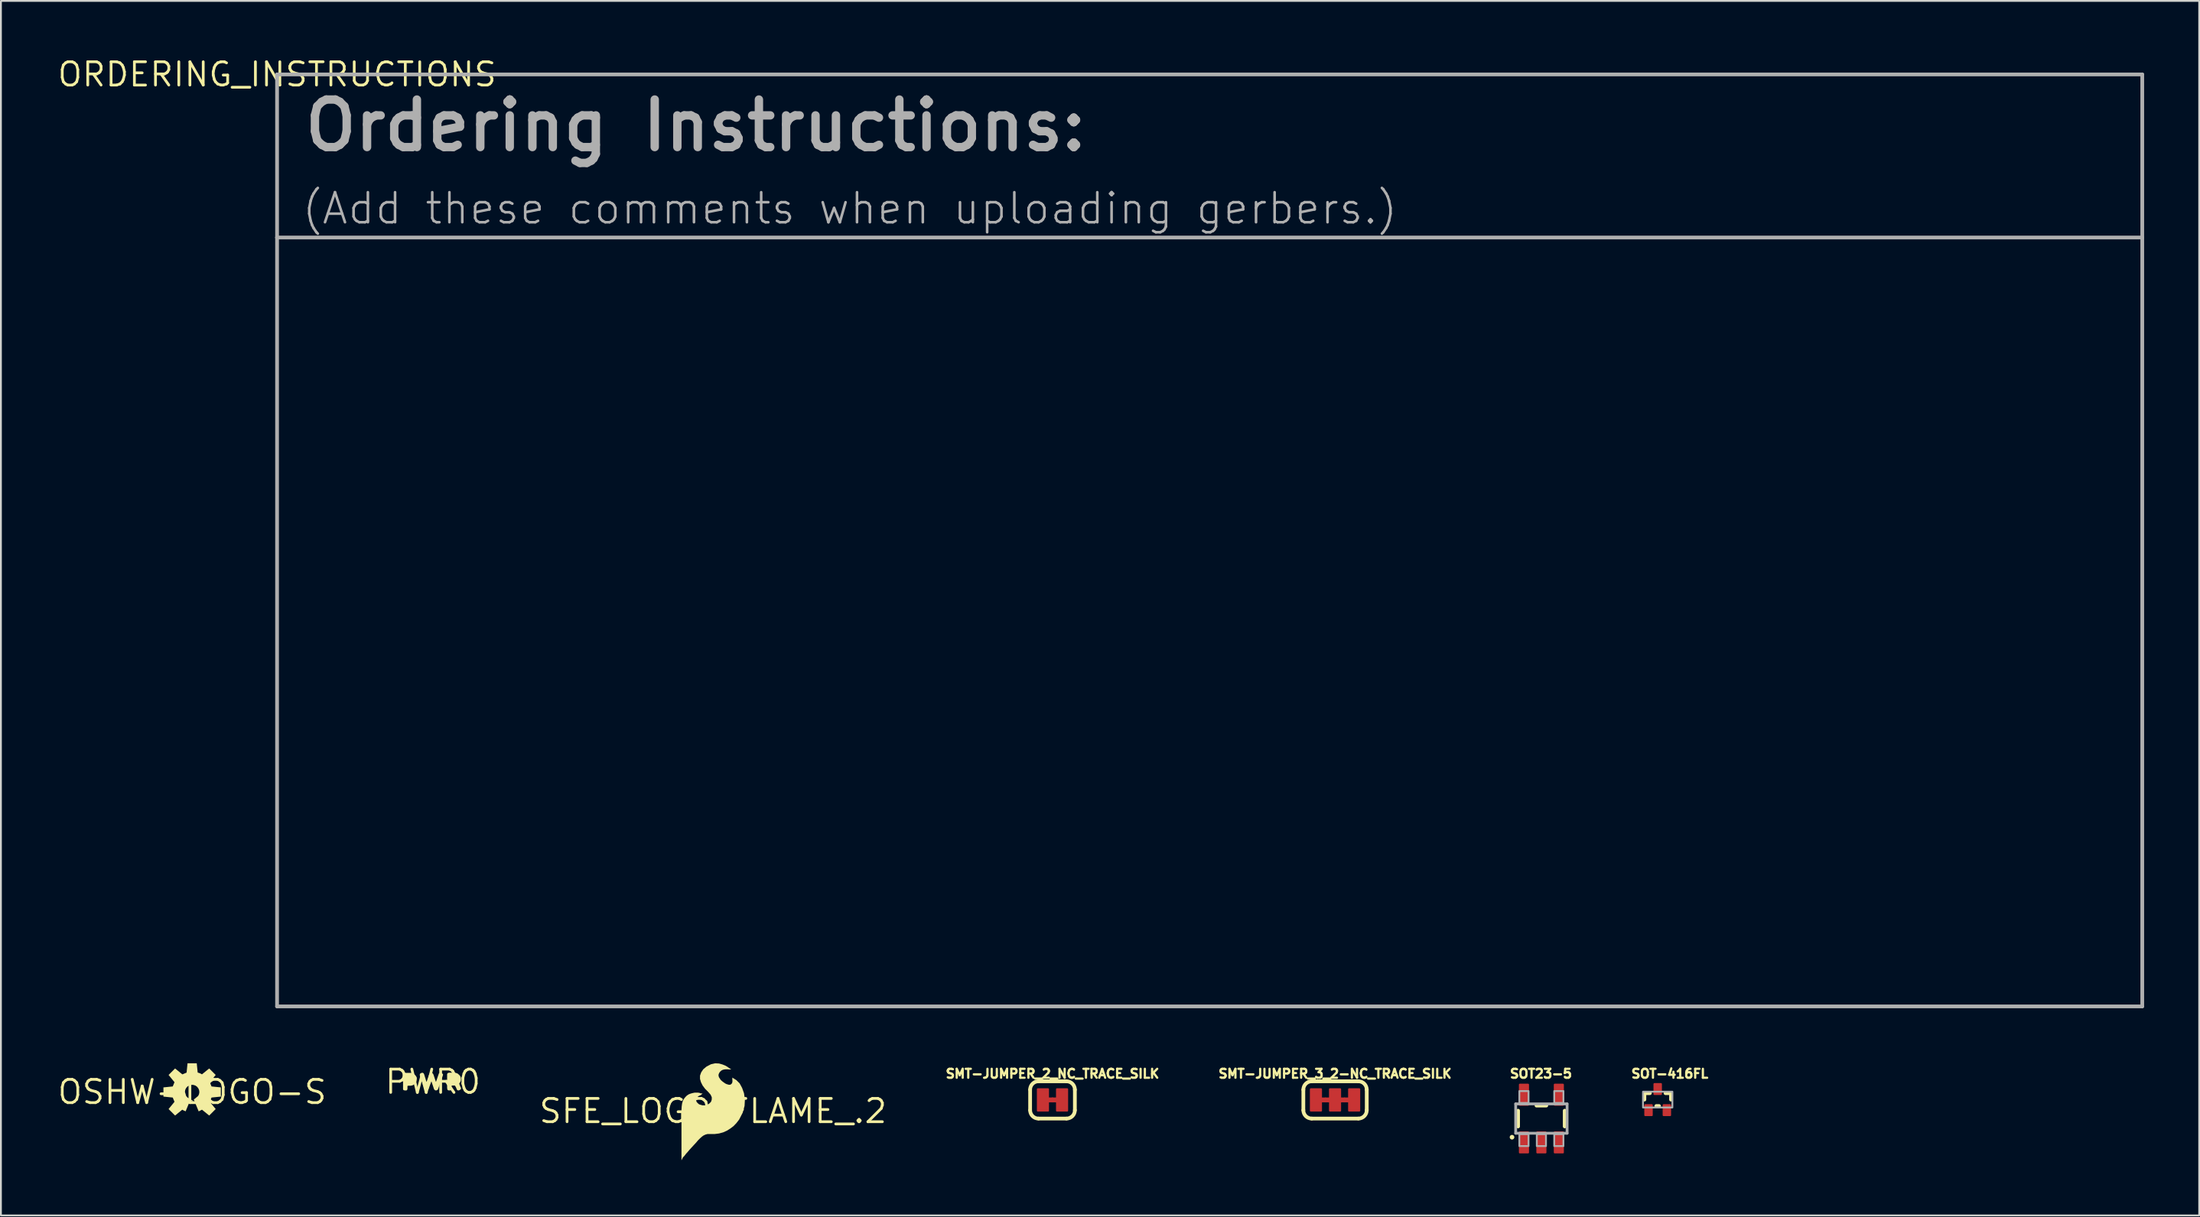
<source format=kicad_pcb>
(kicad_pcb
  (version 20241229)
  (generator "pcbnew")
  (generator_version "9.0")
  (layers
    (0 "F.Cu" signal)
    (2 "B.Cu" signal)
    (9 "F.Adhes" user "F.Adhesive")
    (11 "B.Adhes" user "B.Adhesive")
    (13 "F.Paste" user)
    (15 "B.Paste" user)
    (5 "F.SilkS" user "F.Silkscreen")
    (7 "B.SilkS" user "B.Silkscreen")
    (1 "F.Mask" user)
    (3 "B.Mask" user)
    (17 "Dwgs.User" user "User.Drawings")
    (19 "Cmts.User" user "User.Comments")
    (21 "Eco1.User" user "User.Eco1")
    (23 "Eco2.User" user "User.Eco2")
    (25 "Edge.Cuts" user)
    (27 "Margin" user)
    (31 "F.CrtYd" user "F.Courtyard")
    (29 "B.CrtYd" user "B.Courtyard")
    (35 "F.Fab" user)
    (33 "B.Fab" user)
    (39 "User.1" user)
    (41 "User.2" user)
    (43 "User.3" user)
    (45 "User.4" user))
  (footprint "SMT-JUMPER_2_NC_TRACE_SILK"
    (layer "F.Cu")
    (at 54.281 56.904)
    (property "Reference" "SMT-JUMPER_2_NC_TRACE_SILK" (at 0 -1.143 0) (unlocked yes) (layer "F.SilkS") (effects (font (size 0.488 0.488) (thickness 0.122)) (justify bottom)))
    (fp_poly (pts (xy 0.032 0.133) (xy -0.705 0.133) (xy -0.705 -0.133) (xy 0.032 -0.133)) (stroke (width 0) (type default)) (fill yes) (layer "F.Cu"))
    (fp_poly (pts (xy 0.705 0.133) (xy -0.032 0.133) (xy -0.032 -0.133) (xy 0.705 -0.133)) (stroke (width 0) (type default)) (fill yes) (layer "F.Cu"))
    (fp_poly (pts (xy 0.254 0.191) (xy -0.254 0.191) (xy -0.254 -0.191) (xy 0.254 -0.191)) (stroke (width 0) (type default)) (fill yes) (layer "F.Mask"))
    (fp_line (start -1.219 0.559) (end -1.219 -0.559) (stroke (width 0.203) (type solid)) (layer "F.SilkS"))
    (fp_line (start -0.762 -1.016) (end 0.762 -1.016) (stroke (width 0.203) (type solid)) (layer "F.SilkS"))
    (fp_line (start 0.762 1.016) (end -0.762 1.016) (stroke (width 0.203) (type solid)) (layer "F.SilkS"))
    (fp_line (start 1.219 0.559) (end 1.219 -0.559) (stroke (width 0.203) (type solid)) (layer "F.SilkS"))
    (fp_arc (start -1.2192 -0.5588) (mid -1.085289 -0.882089) (end -0.762 -1.016) (stroke (width 0.2032) (type solid)) (layer "F.SilkS"))
    (fp_arc (start -0.762 1.016) (mid -1.085289 0.882089) (end -1.2192 0.5588) (stroke (width 0.2032) (type solid)) (layer "F.SilkS"))
    (fp_arc (start 0.762 -1.016) (mid 1.085289 -0.882089) (end 1.2192 -0.5588) (stroke (width 0.2032) (type solid)) (layer "F.SilkS"))
    (fp_arc (start 1.2192 0.5588) (mid 1.085289 0.882089) (end 0.762 1.016) (stroke (width 0.2032) (type solid)) (layer "F.SilkS"))
    (pad "1" smd roundrect (at -0.521 0) (size 0.66 1.27) (layers "F.Cu" "F.Mask") (roundrect_rratio 0.077))
    (pad "2" smd roundrect (at 0.521 0) (size 0.66 1.27) (layers "F.Cu" "F.Mask") (roundrect_rratio 0.077)))
  (footprint "SMT-JUMPER_3_2-NC_TRACE_SILK"
    (layer "F.Cu")
    (at 69.672 56.904)
    (property "Reference" "SMT-JUMPER_3_2-NC_TRACE_SILK" (at 0 -1.143 0) (unlocked yes) (layer "F.SilkS") (effects (font (size 0.488 0.488) (thickness 0.122)) (justify bottom)))
    (fp_poly (pts (xy -0.502 0.133) (xy -1.238 0.133) (xy -1.238 -0.133) (xy -0.502 -0.133)) (stroke (width 0) (type default)) (fill yes) (layer "F.Cu"))
    (fp_poly (pts (xy 0.54 0.133) (xy -0.54 0.133) (xy -0.54 -0.133) (xy 0.54 -0.133)) (stroke (width 0) (type default)) (fill yes) (layer "F.Cu"))
    (fp_poly (pts (xy 1.238 0.133) (xy 0.502 0.133) (xy 0.502 -0.133) (xy 1.238 -0.133)) (stroke (width 0) (type default)) (fill yes) (layer "F.Cu"))
    (fp_poly (pts (xy -0.254 0.191) (xy -0.762 0.191) (xy -0.762 -0.191) (xy -0.254 -0.191)) (stroke (width 0) (type default)) (fill yes) (layer "F.Mask"))
    (fp_poly (pts (xy 0.762 0.191) (xy 0.254 0.191) (xy 0.254 -0.191) (xy 0.762 -0.191)) (stroke (width 0) (type default)) (fill yes) (layer "F.Mask"))
    (fp_line (start -1.727 0.559) (end -1.727 -0.559) (stroke (width 0.203) (type solid)) (layer "F.SilkS"))
    (fp_line (start -1.27 -1.016) (end 1.27 -1.016) (stroke (width 0.203) (type solid)) (layer "F.SilkS"))
    (fp_line (start 1.27 1.016) (end -1.27 1.016) (stroke (width 0.203) (type solid)) (layer "F.SilkS"))
    (fp_line (start 1.727 0.559) (end 1.727 -0.559) (stroke (width 0.203) (type solid)) (layer "F.SilkS"))
    (fp_arc (start -1.7272 -0.5588) (mid -1.593289 -0.882089) (end -1.27 -1.016) (stroke (width 0.2032) (type solid)) (layer "F.SilkS"))
    (fp_arc (start -1.27 1.016) (mid -1.593289 0.882089) (end -1.7272 0.5588) (stroke (width 0.2032) (type solid)) (layer "F.SilkS"))
    (fp_arc (start 1.27 -1.016) (mid 1.593289 -0.882089) (end 1.7272 -0.5588) (stroke (width 0.2032) (type solid)) (layer "F.SilkS"))
    (fp_arc (start 1.7272 0.5588) (mid 1.593289 0.882089) (end 1.27 1.016) (stroke (width 0.2032) (type solid)) (layer "F.SilkS"))
    (pad "1" smd roundrect (at -1.041 0) (size 0.66 1.27) (layers "F.Cu" "F.Mask") (roundrect_rratio 0.077))
    (pad "2" smd roundrect (at 0 0) (size 0.66 1.27) (layers "F.Cu" "F.Mask") (roundrect_rratio 0.077))
    (pad "3" smd roundrect (at 1.041 0) (size 0.66 1.27) (layers "F.Cu" "F.Mask") (roundrect_rratio 0.077)))
  (footprint "OSHW-LOGO-S"
    (layer "F.Cu")
    (at 7.416 56.472)
    (property "Reference" "OSHW-LOGO-S" (at 0 0 0) (layer "F.SilkS") (effects (font (size 1.27 1.27) (thickness 0.15))))
    (fp_poly (pts (xy 0.302 -1.061) (xy 0.423 -1.022) (xy 0.537 -0.964) (xy 0.929 -1.283) (xy 1.283 -0.929) (xy 0.961 -0.534) (xy 1.057 -0.302) (xy 1.564 -0.251) (xy 1.564 0.251) (xy 1.057 0.302) (xy 0.961 0.534) (xy 1.283 0.929) (xy 0.929 1.283) (xy 0.537 0.964) (xy 0.357 1.057) (xy 0.089 0.41) (xy 0.326 0.218) (xy 0.374 0.121) (xy 0.393 0.01) (xy 0.379 -0.102) (xy 0.335 -0.205) (xy 0.263 -0.292) (xy 0.169 -0.355) (xy 0.061 -0.388) (xy -0.051 -0.389) (xy -0.16 -0.359) (xy -0.255 -0.299) (xy -0.33 -0.214) (xy -0.377 -0.112) (xy -0.392 -0.006) (xy -0.323 0.223) (xy -0.249 0.304) (xy 0.092 0.508) (xy -0.129 0.508) (xy -0.355 1.054) (xy -0.507 0.984) (xy -0.539 0.965) (xy -0.929 1.283) (xy -1.283 0.929) (xy -0.961 0.534) (xy -1.057 0.302) (xy -1.564 0.251) (xy -1.564 -0.251) (xy -1.057 -0.302) (xy -0.961 -0.534) (xy -1.283 -0.929) (xy -0.929 -1.283) (xy -0.534 -0.961) (xy -0.302 -1.057) (xy -0.251 -1.564) (xy 0.251 -1.564)) (stroke (width 0) (type default)) (fill yes) (layer "F.SilkS")))
  (footprint "ORDERING_INSTRUCTIONS"
    (layer "F.Cu")
    (at 12.042 1.006)
    (property "Reference" "ORDERING_INSTRUCTIONS" (at 0 0 0) (layer "F.SilkS") (effects (font (size 1.27 1.27) (thickness 0.15))))
    (fp_line (start 0 0) (end 101.6 0) (stroke (width 0.203) (type solid)) (layer "F.Fab"))
    (fp_line (start 0 8.89) (end 0 0) (stroke (width 0.203) (type solid)) (layer "F.Fab"))
    (fp_line (start 0 8.89) (end 101.6 8.89) (stroke (width 0.203) (type solid)) (layer "F.Fab"))
    (fp_line (start 0 50.8) (end 0 8.89) (stroke (width 0.203) (type solid)) (layer "F.Fab"))
    (fp_line (start 101.6 0) (end 101.6 8.89) (stroke (width 0.203) (type solid)) (layer "F.Fab"))
    (fp_line (start 101.6 8.89) (end 101.6 50.8) (stroke (width 0.203) (type solid)) (layer "F.Fab"))
    (fp_line (start 101.6 50.8) (end 0 50.8) (stroke (width 0.203) (type solid)) (layer "F.Fab"))
    (fp_text user "Ordering Instructions:" (at 1.27 1.27 0) (unlocked yes) (layer "F.Fab") (effects (font (size 2.591 2.591) (thickness 0.457)) (justify left top)))
    (fp_text user "(Add these comments when uploading gerbers.)" (at 1.27 6.35 0) (unlocked yes) (layer "F.Fab") (effects (font (size 1.636 1.636) (thickness 0.142)) (justify left top))))
  (footprint "SOT23-5"
    (layer "F.Cu")
    (at 80.912 57.92)
    (property "Reference" "SOT23-5" (at -1.778 -2.159 0) (unlocked yes) (layer "F.SilkS") (effects (font (size 0.488 0.488) (thickness 0.122)) (justify left bottom)))
    (fp_line (start -1.27 0.429) (end -1.27 -0.429) (stroke (width 0.203) (type solid)) (layer "F.SilkS"))
    (fp_line (start -0.268 -0.709) (end 0.268 -0.709) (stroke (width 0.203) (type solid)) (layer "F.SilkS"))
    (fp_line (start 1.27 -0.429) (end 1.27 0.429) (stroke (width 0.203) (type solid)) (layer "F.SilkS"))
    (fp_circle (center -1.6 1.016) (end -1.537 1.016) (stroke (width 0.127) (type solid)) (fill yes) (layer "F.SilkS"))
    (fp_line (start -1.4 -0.8) (end -1.4 0.8) (stroke (width 0.152) (type solid)) (layer "F.Fab"))
    (fp_line (start -1.4 -0.8) (end 1.4 -0.8) (stroke (width 0.152) (type solid)) (layer "F.Fab"))
    (fp_line (start 1.4 -0.8) (end 1.4 0.8) (stroke (width 0.152) (type solid)) (layer "F.Fab"))
    (fp_line (start 1.4 0.8) (end -1.4 0.8) (stroke (width 0.152) (type solid)) (layer "F.Fab"))
    (fp_poly (pts (xy -1.2 -0.85) (xy -0.7 -0.85) (xy -0.7 -1.5) (xy -1.2 -1.5)) (stroke (width 0.1) (type default)) (fill no) (layer "F.Fab"))
    (fp_poly (pts (xy -1.2 1.5) (xy -0.7 1.5) (xy -0.7 0.85) (xy -1.2 0.85)) (stroke (width 0.1) (type default)) (fill no) (layer "F.Fab"))
    (fp_poly (pts (xy -0.25 1.5) (xy 0.25 1.5) (xy 0.25 0.85) (xy -0.25 0.85)) (stroke (width 0.1) (type default)) (fill no) (layer "F.Fab"))
    (fp_poly (pts (xy 0.7 -0.85) (xy 1.2 -0.85) (xy 1.2 -1.5) (xy 0.7 -1.5)) (stroke (width 0.1) (type default)) (fill no) (layer "F.Fab"))
    (fp_poly (pts (xy 0.7 1.5) (xy 1.2 1.5) (xy 1.2 0.85) (xy 0.7 0.85)) (stroke (width 0.1) (type default)) (fill no) (layer "F.Fab"))
    (pad "1" smd roundrect (at -0.95 1.3) (size 0.55 1.2) (layers "F.Cu" "F.Mask" "F.Paste") (roundrect_rratio 0.092))
    (pad "2" smd roundrect (at 0 1.3) (size 0.55 1.2) (layers "F.Cu" "F.Mask" "F.Paste") (roundrect_rratio 0.092))
    (pad "3" smd roundrect (at 0.95 1.3) (size 0.55 1.2) (layers "F.Cu" "F.Mask" "F.Paste") (roundrect_rratio 0.092))
    (pad "4" smd roundrect (at 0.95 -1.3) (size 0.55 1.2) (layers "F.Cu" "F.Mask" "F.Paste") (roundrect_rratio 0.092))
    (pad "5" smd roundrect (at -0.95 -1.3) (size 0.55 1.2) (layers "F.Cu" "F.Mask" "F.Paste") (roundrect_rratio 0.092)))
  (footprint "SFE_LOGO_FLAME_.2"
    (layer "F.Cu")
    (at 35.791 57.512)
    (property "Reference" "SFE_LOGO_FLAME_.2" (at 0 0 0) (layer "F.SilkS") (effects (font (size 1.27 1.27) (thickness 0.15))))
    (fp_poly (pts (xy 0.324 -2.594) (xy 0.51 -2.542) (xy 0.665 -2.48) (xy 0.789 -2.408) (xy 0.86 -2.357) (xy 0.994 -2.268) (xy 0.853 -2.268) (xy 0.813 -2.278) (xy 0.69 -2.278) (xy 0.605 -2.268) (xy 0.531 -2.25) (xy 0.459 -2.214) (xy 0.386 -2.15) (xy 0.35 -2.105) (xy 0.323 -2.05) (xy 0.305 -2.006) (xy 0.297 -1.956) (xy 0.305 -1.904) (xy 0.323 -1.842) (xy 0.36 -1.787) (xy 0.408 -1.71) (xy 0.454 -1.664) (xy 0.522 -1.606) (xy 0.658 -1.509) (xy 0.732 -1.472) (xy 0.863 -1.434) (xy 0.92 -1.434) (xy 0.976 -1.458) (xy 1.018 -1.5) (xy 1.042 -1.539) (xy 1.059 -1.645) (xy 1.05 -1.692) (xy 1.05 -1.825) (xy 1.272 -1.686) (xy 1.449 -1.509) (xy 1.583 -1.262) (xy 1.685 -0.975) (xy 1.736 -0.638) (xy 1.716 -0.28) (xy 1.614 0.088) (xy 1.42 0.465) (xy 1.277 0.649) (xy 1.124 0.812) (xy 0.95 0.945) (xy 0.756 1.068) (xy 0.551 1.16) (xy 0.325 1.221) (xy 0.08 1.252) (xy -0.307 1.252) (xy -0.409 1.28) (xy -0.513 1.327) (xy -0.608 1.394) (xy -0.706 1.482) (xy -0.814 1.59) (xy -0.923 1.719) (xy -1.054 1.86) (xy -1.174 1.99) (xy -1.174 1.99) (xy -1.283 2.109) (xy -1.383 2.229) (xy -1.473 2.328) (xy -1.542 2.418) (xy -1.604 2.49) (xy -1.641 2.527) (xy -1.72 2.685) (xy -1.72 -0.047) (xy -1.71 -0.239) (xy -1.689 -0.404) (xy -1.647 -0.551) (xy -1.584 -0.667) (xy -1.511 -0.761) (xy -1.426 -0.846) (xy -1.33 -0.91) (xy -1.224 -0.952) (xy -1.111 -0.983) (xy -1.006 -1.004) (xy -0.819 -1.004) (xy -0.742 -0.993) (xy -0.689 -0.972) (xy -0.666 -0.964) (xy -0.57 -0.964) (xy -0.649 -0.885) (xy -0.716 -0.851) (xy -0.763 -0.832) (xy -0.799 -0.806) (xy -0.847 -0.768) (xy -0.883 -0.731) (xy -0.908 -0.698) (xy -0.924 -0.65) (xy -0.924 -0.591) (xy -0.906 -0.53) (xy -0.881 -0.479) (xy -0.826 -0.424) (xy -0.763 -0.37) (xy -0.681 -0.342) (xy -0.577 -0.314) (xy -0.427 -0.314) (xy -0.298 -0.351) (xy -0.187 -0.425) (xy -0.106 -0.515) (xy -0.07 -0.632) (xy -0.07 -0.758) (xy -0.134 -0.895) (xy -0.26 -1.04) (xy -0.431 -1.211) (xy -0.564 -1.386) (xy -0.658 -1.572) (xy -0.71 -1.751) (xy -0.71 -1.933) (xy -0.646 -2.113) (xy -0.53 -2.282) (xy -0.353 -2.428) (xy -0.115 -2.552) (xy 0.115 -2.604)) (stroke (width 0) (type default)) (fill yes) (layer "F.SilkS")))
  (footprint "PWR0"
    (layer "F.Cu")
    (at 20.53 55.914)
    (property "Reference" "PWR0" (at 0 0 0) (layer "F.SilkS") (effects (font (size 1.27 1.27) (thickness 0.15))))
    (fp_poly (pts (xy -1.128 -0.475) (xy -1.067 -0.444) (xy -1.007 -0.404) (xy -0.956 -0.353) (xy -0.916 -0.303) (xy -0.875 -0.221) (xy -0.875 -0.15) (xy -0.885 -0.079) (xy -0.895 -0.019) (xy -0.926 0.053) (xy -0.967 0.104) (xy -1.084 0.182) (xy -1.083 0.183) (xy -1.088 0.185) (xy -1.092 0.187) (xy -1.093 0.186) (xy -1.149 0.205) (xy -1.21 0.215) (xy -1.349 0.215) (xy -1.385 0.233) (xy -1.385 0.37) (xy -1.395 0.432) (xy -1.438 0.475) (xy -1.531 0.475) (xy -1.603 0.454) (xy -1.625 0.411) (xy -1.625 -0.411) (xy -1.604 -0.464) (xy -1.541 -0.485) (xy -1.2 -0.485)) (stroke (width 0) (type default)) (fill yes) (layer "F.SilkS"))
    (fp_poly (pts (xy 0.462 -0.475) (xy 0.534 -0.434) (xy 0.555 -0.39) (xy 0.535 -0.318) (xy 0.285 0.392) (xy 0.253 0.444) (xy 0.181 0.475) (xy 0.118 0.465) (xy 0.066 0.413) (xy 0.045 0.352) (xy -0.08 -0.025) (xy -0.155 0.172) (xy -0.235 0.402) (xy -0.277 0.465) (xy -0.35 0.475) (xy -0.413 0.454) (xy -0.454 0.402) (xy -0.705 -0.309) (xy -0.715 -0.38) (xy -0.704 -0.433) (xy -0.642 -0.475) (xy -0.57 -0.495) (xy -0.506 -0.464) (xy -0.475 -0.402) (xy -0.356 -0.013) (xy -0.342 0.001) (xy -0.215 -0.372) (xy -0.184 -0.444) (xy -0.122 -0.475) (xy -0.049 -0.485) (xy 0.004 -0.443) (xy 0.035 -0.382) (xy 0.162 0.001) (xy 0.176 -0.013) (xy 0.326 -0.453) (xy 0.389 -0.495)) (stroke (width 0) (type default)) (fill yes) (layer "F.SilkS"))
    (fp_poly (pts (xy 1.281 -0.475) (xy 1.353 -0.444) (xy 1.407 -0.401) (xy 1.36 -0.347) (xy 1.41 -0.397) (xy 1.454 -0.353) (xy 1.495 -0.292) (xy 1.515 -0.231) (xy 1.525 -0.16) (xy 1.525 -0.089) (xy 1.505 -0.018) (xy 1.474 0.043) (xy 1.435 0.091) (xy 1.445 0.139) (xy 1.494 0.268) (xy 1.515 0.298) (xy 1.535 0.371) (xy 1.504 0.424) (xy 1.432 0.465) (xy 1.369 0.475) (xy 1.316 0.443) (xy 1.246 0.282) (xy 1.197 0.205) (xy 1.061 0.205) (xy 1.015 0.223) (xy 1.015 0.36) (xy 1.005 0.422) (xy 0.962 0.465) (xy 0.88 0.475) (xy 0.806 0.454) (xy 0.785 0.401) (xy 0.775 0.33) (xy 0.775 -0.421) (xy 0.807 -0.474) (xy 0.879 -0.495) (xy 1.16 -0.495)) (stroke (width 0) (type default)) (fill yes) (layer "F.SilkS")))
  (footprint "SOT-416FL"
    (layer "F.Cu")
    (at 87.247 56.361)
    (property "Reference" "SOT-416FL" (at -1.5 -0.6 0) (unlocked yes) (layer "F.SilkS") (effects (font (size 0.488 0.488) (thickness 0.122)) (justify left bottom)))
    (fp_line (start -0.725 0.175) (end -0.425 0.175) (stroke (width 0.203) (type solid)) (layer "F.SilkS"))
    (fp_line (start -0.725 0.525) (end -0.725 0.175) (stroke (width 0.203) (type solid)) (layer "F.SilkS"))
    (fp_line (start -0.075 0.875) (end 0.075 0.875) (stroke (width 0.203) (type solid)) (layer "F.SilkS"))
    (fp_line (start 0.425 0.175) (end 0.725 0.175) (stroke (width 0.203) (type solid)) (layer "F.SilkS"))
    (fp_line (start 0.725 0.175) (end 0.725 0.525) (stroke (width 0.203) (type solid)) (layer "F.SilkS"))
    (fp_poly (pts (xy -0.8 0.955) (xy 0.8 0.955) (xy 0.8 0.095) (xy -0.8 0.095)) (stroke (width 0.1) (type default)) (fill no) (layer "F.Fab"))
    (pad "1" smd roundrect (at -0.5 1.1) (size 0.46 0.65) (layers "F.Cu" "F.Mask" "F.Paste") (roundrect_rratio 0.11))
    (pad "2" smd roundrect (at 0.5 1.1) (size 0.46 0.65) (layers "F.Cu" "F.Mask" "F.Paste") (roundrect_rratio 0.11))
    (pad "3" smd roundrect (at 0 -0.05) (size 0.46 0.65) (layers "F.Cu" "F.Mask" "F.Paste") (roundrect_rratio 0.11)))
  (gr_rect
    (start -3 -3)
    (end 116.744 63.198)
    (stroke (width 0.1) (type default))
    (fill no)
    (layer "Edge.Cuts")))
</source>
